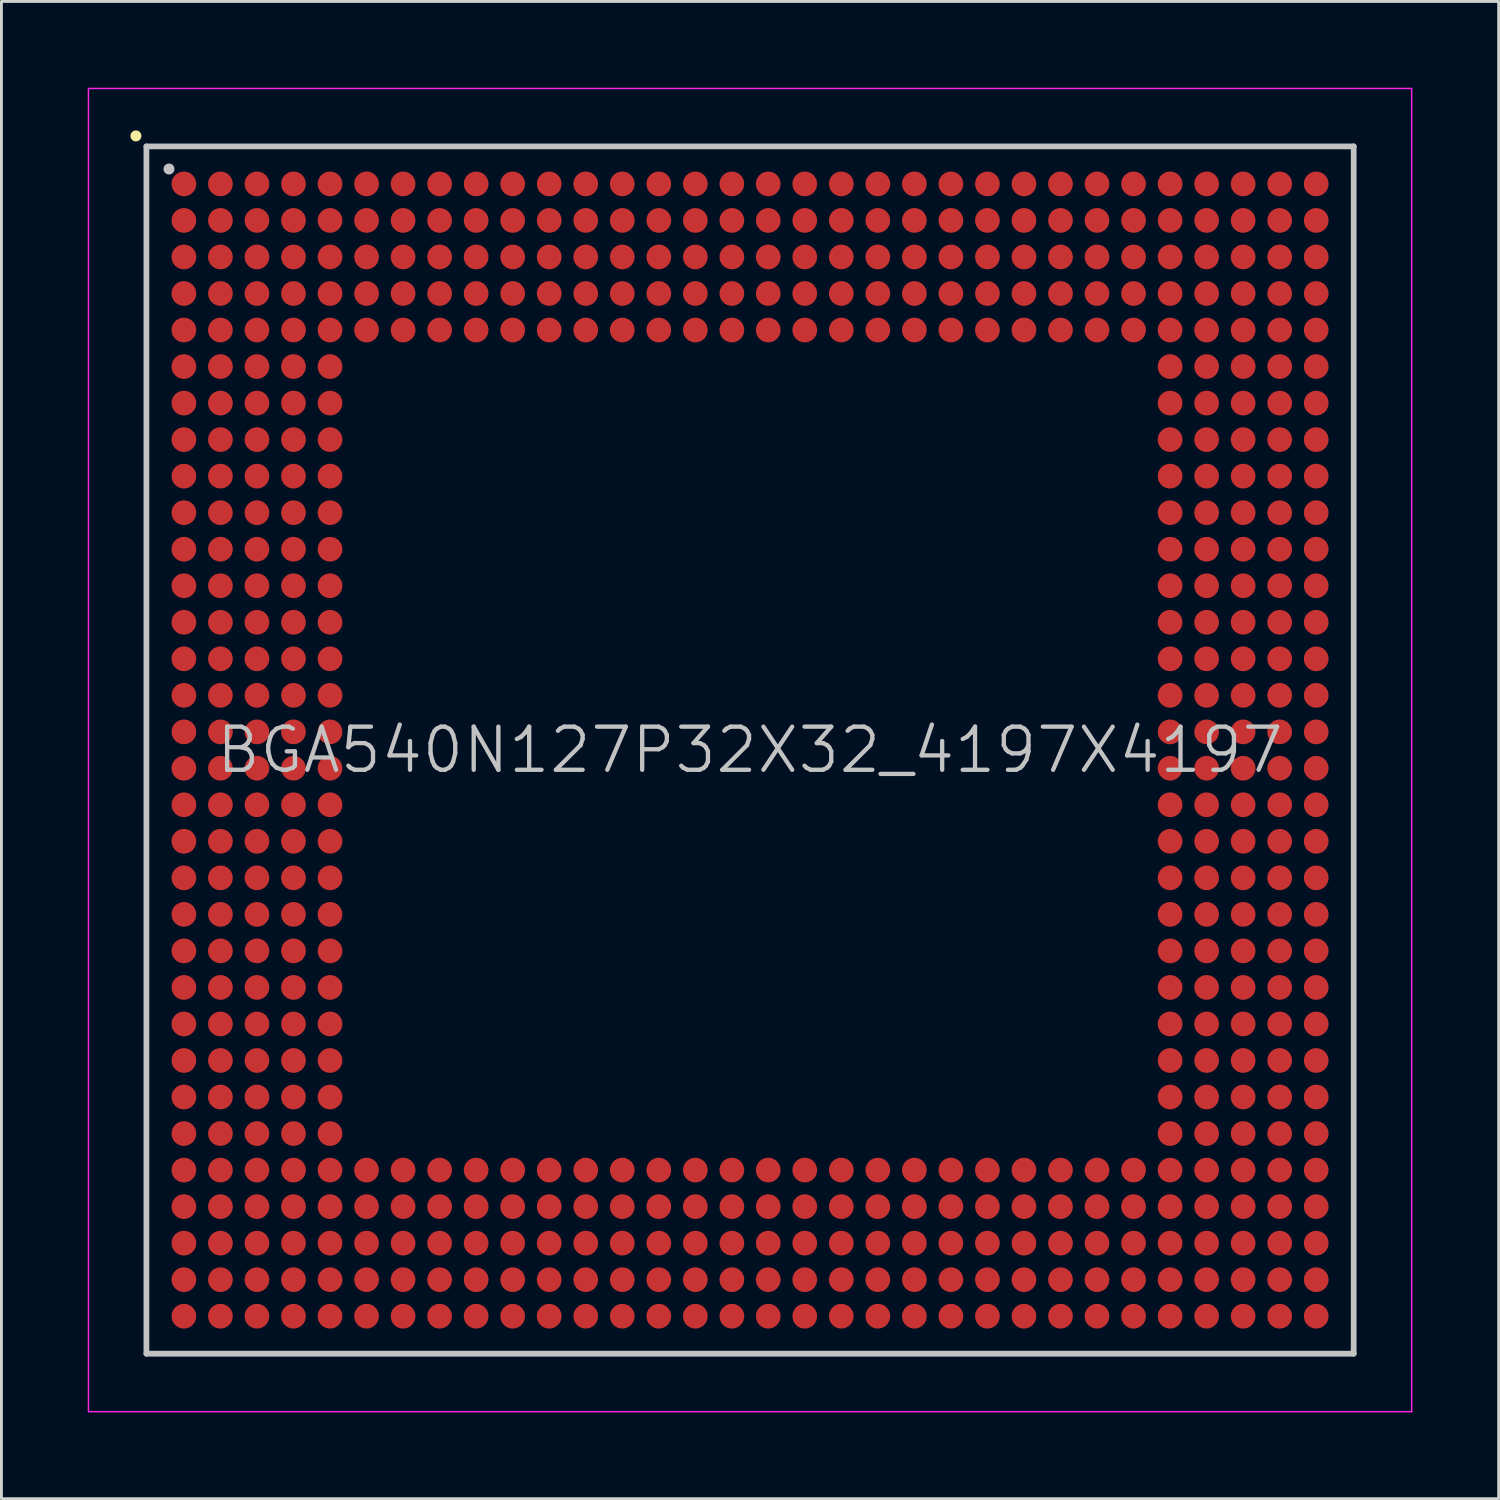
<source format=kicad_pcb>
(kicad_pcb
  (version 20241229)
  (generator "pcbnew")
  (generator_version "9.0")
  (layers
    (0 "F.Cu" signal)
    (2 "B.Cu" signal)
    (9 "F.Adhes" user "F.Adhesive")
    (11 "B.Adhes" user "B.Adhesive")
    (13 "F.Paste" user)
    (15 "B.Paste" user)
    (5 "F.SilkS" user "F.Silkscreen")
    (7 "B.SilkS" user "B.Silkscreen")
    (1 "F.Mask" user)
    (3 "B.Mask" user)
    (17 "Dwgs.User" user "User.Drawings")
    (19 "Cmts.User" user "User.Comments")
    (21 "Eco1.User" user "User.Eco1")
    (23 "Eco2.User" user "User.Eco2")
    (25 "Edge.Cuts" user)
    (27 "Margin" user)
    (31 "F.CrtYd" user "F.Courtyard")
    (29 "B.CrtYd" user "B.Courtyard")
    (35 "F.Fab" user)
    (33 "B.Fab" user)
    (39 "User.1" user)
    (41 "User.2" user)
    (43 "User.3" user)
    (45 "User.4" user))
  (footprint "BGA540N127P32X32_4197X4197"
    (layer "F.Cu")
    (at 23.025 23.025)
    (property "Reference" "BGA540N127P32X32_4197X4197" (at 0 0 0) (layer "Dwgs.User") (effects (font (size 1.5 1.5) (thickness 0.15))))
    (attr smd)
    (fp_line (start -21.35 -21.35) (end -21.35 -21.35) (stroke (width 0.381) (type solid)) (layer "F.SilkS"))
    (fp_line (start -20.985 -20.985) (end -20.985 20.985) (stroke (width 0.2) (type solid)) (layer "Dwgs.User"))
    (fp_line (start -20.985 -20.985) (end 20.985 -20.985) (stroke (width 0.2) (type solid)) (layer "Dwgs.User"))
    (fp_line (start -20.985 20.985) (end 20.985 20.985) (stroke (width 0.2) (type solid)) (layer "Dwgs.User"))
    (fp_line (start -20.2 -20.2) (end -20.2 -20.2) (stroke (width 0.381) (type solid)) (layer "Dwgs.User"))
    (fp_line (start 20.985 -20.985) (end 20.985 20.985) (stroke (width 0.2) (type solid)) (layer "Dwgs.User"))
    (fp_line (start -23 -23) (end -23 23) (stroke (width 0.05) (type solid)) (layer "F.CrtYd"))
    (fp_line (start -23 -23) (end 23 -23) (stroke (width 0.05) (type solid)) (layer "F.CrtYd"))
    (fp_line (start -23 23) (end 23 23) (stroke (width 0.05) (type solid)) (layer "F.CrtYd"))
    (fp_line (start 23 -23) (end 23 23) (stroke (width 0.05) (type solid)) (layer "F.CrtYd"))
    (pad "A1" smd circle (at -19.682 -19.682 270) (size 0.86 0.86) (layers "F.Cu" "F.Mask" "F.Paste"))
    (pad "A2" smd circle (at -18.412 -19.682 270) (size 0.86 0.86) (layers "F.Cu" "F.Mask" "F.Paste"))
    (pad "A3" smd circle (at -17.142 -19.682 270) (size 0.86 0.86) (layers "F.Cu" "F.Mask" "F.Paste"))
    (pad "A4" smd circle (at -15.872 -19.682 270) (size 0.86 0.86) (layers "F.Cu" "F.Mask" "F.Paste"))
    (pad "A5" smd circle (at -14.602 -19.682 270) (size 0.86 0.86) (layers "F.Cu" "F.Mask" "F.Paste"))
    (pad "A6" smd circle (at -13.332 -19.682 270) (size 0.86 0.86) (layers "F.Cu" "F.Mask" "F.Paste"))
    (pad "A7" smd circle (at -12.062 -19.682 270) (size 0.86 0.86) (layers "F.Cu" "F.Mask" "F.Paste"))
    (pad "A8" smd circle (at -10.792 -19.682 270) (size 0.86 0.86) (layers "F.Cu" "F.Mask" "F.Paste"))
    (pad "A9" smd circle (at -9.522 -19.682 270) (size 0.86 0.86) (layers "F.Cu" "F.Mask" "F.Paste"))
    (pad "A10" smd circle (at -8.252 -19.682 270) (size 0.86 0.86) (layers "F.Cu" "F.Mask" "F.Paste"))
    (pad "A11" smd circle (at -6.982 -19.682 270) (size 0.86 0.86) (layers "F.Cu" "F.Mask" "F.Paste"))
    (pad "A12" smd circle (at -5.712 -19.682 270) (size 0.86 0.86) (layers "F.Cu" "F.Mask" "F.Paste"))
    (pad "A13" smd circle (at -4.442 -19.682 270) (size 0.86 0.86) (layers "F.Cu" "F.Mask" "F.Paste"))
    (pad "A14" smd circle (at -3.172 -19.682 270) (size 0.86 0.86) (layers "F.Cu" "F.Mask" "F.Paste"))
    (pad "A15" smd circle (at -1.902 -19.682 270) (size 0.86 0.86) (layers "F.Cu" "F.Mask" "F.Paste"))
    (pad "A16" smd circle (at -0.632 -19.682 270) (size 0.86 0.86) (layers "F.Cu" "F.Mask" "F.Paste"))
    (pad "A17" smd circle (at 0.632 -19.682 270) (size 0.86 0.86) (layers "F.Cu" "F.Mask" "F.Paste"))
    (pad "A18" smd circle (at 1.902 -19.682 270) (size 0.86 0.86) (layers "F.Cu" "F.Mask" "F.Paste"))
    (pad "A19" smd circle (at 3.172 -19.682 270) (size 0.86 0.86) (layers "F.Cu" "F.Mask" "F.Paste"))
    (pad "A20" smd circle (at 4.442 -19.682 270) (size 0.86 0.86) (layers "F.Cu" "F.Mask" "F.Paste"))
    (pad "A21" smd circle (at 5.712 -19.682 270) (size 0.86 0.86) (layers "F.Cu" "F.Mask" "F.Paste"))
    (pad "A22" smd circle (at 6.982 -19.682 270) (size 0.86 0.86) (layers "F.Cu" "F.Mask" "F.Paste"))
    (pad "A23" smd circle (at 8.252 -19.682 270) (size 0.86 0.86) (layers "F.Cu" "F.Mask" "F.Paste"))
    (pad "A24" smd circle (at 9.522 -19.682 270) (size 0.86 0.86) (layers "F.Cu" "F.Mask" "F.Paste"))
    (pad "A25" smd circle (at 10.792 -19.682 270) (size 0.86 0.86) (layers "F.Cu" "F.Mask" "F.Paste"))
    (pad "A26" smd circle (at 12.062 -19.682 270) (size 0.86 0.86) (layers "F.Cu" "F.Mask" "F.Paste"))
    (pad "A27" smd circle (at 13.332 -19.682 270) (size 0.86 0.86) (layers "F.Cu" "F.Mask" "F.Paste"))
    (pad "A28" smd circle (at 14.602 -19.682 270) (size 0.86 0.86) (layers "F.Cu" "F.Mask" "F.Paste"))
    (pad "A29" smd circle (at 15.872 -19.682 270) (size 0.86 0.86) (layers "F.Cu" "F.Mask" "F.Paste"))
    (pad "A30" smd circle (at 17.142 -19.682 270) (size 0.86 0.86) (layers "F.Cu" "F.Mask" "F.Paste"))
    (pad "A31" smd circle (at 18.412 -19.682 270) (size 0.86 0.86) (layers "F.Cu" "F.Mask" "F.Paste"))
    (pad "A32" smd circle (at 19.682 -19.682 270) (size 0.86 0.86) (layers "F.Cu" "F.Mask" "F.Paste"))
    (pad "AA1" smd circle (at -19.682 5.712 270) (size 0.86 0.86) (layers "F.Cu" "F.Mask" "F.Paste"))
    (pad "AA2" smd circle (at -18.412 5.712 270) (size 0.86 0.86) (layers "F.Cu" "F.Mask" "F.Paste"))
    (pad "AA3" smd circle (at -17.142 5.712 270) (size 0.86 0.86) (layers "F.Cu" "F.Mask" "F.Paste"))
    (pad "AA4" smd circle (at -15.872 5.712 270) (size 0.86 0.86) (layers "F.Cu" "F.Mask" "F.Paste"))
    (pad "AA5" smd circle (at -14.602 5.712 270) (size 0.86 0.86) (layers "F.Cu" "F.Mask" "F.Paste"))
    (pad "AA28" smd circle (at 14.602 5.712 270) (size 0.86 0.86) (layers "F.Cu" "F.Mask" "F.Paste"))
    (pad "AA29" smd circle (at 15.872 5.712 270) (size 0.86 0.86) (layers "F.Cu" "F.Mask" "F.Paste"))
    (pad "AA30" smd circle (at 17.142 5.712 270) (size 0.86 0.86) (layers "F.Cu" "F.Mask" "F.Paste"))
    (pad "AA31" smd circle (at 18.412 5.712 270) (size 0.86 0.86) (layers "F.Cu" "F.Mask" "F.Paste"))
    (pad "AA32" smd circle (at 19.682 5.712 270) (size 0.86 0.86) (layers "F.Cu" "F.Mask" "F.Paste"))
    (pad "AB1" smd circle (at -19.682 6.982 270) (size 0.86 0.86) (layers "F.Cu" "F.Mask" "F.Paste"))
    (pad "AB2" smd circle (at -18.412 6.982 270) (size 0.86 0.86) (layers "F.Cu" "F.Mask" "F.Paste"))
    (pad "AB3" smd circle (at -17.142 6.982 270) (size 0.86 0.86) (layers "F.Cu" "F.Mask" "F.Paste"))
    (pad "AB4" smd circle (at -15.872 6.982 270) (size 0.86 0.86) (layers "F.Cu" "F.Mask" "F.Paste"))
    (pad "AB5" smd circle (at -14.602 6.982 270) (size 0.86 0.86) (layers "F.Cu" "F.Mask" "F.Paste"))
    (pad "AB28" smd circle (at 14.602 6.982 270) (size 0.86 0.86) (layers "F.Cu" "F.Mask" "F.Paste"))
    (pad "AB29" smd circle (at 15.872 6.982 270) (size 0.86 0.86) (layers "F.Cu" "F.Mask" "F.Paste"))
    (pad "AB30" smd circle (at 17.142 6.982 270) (size 0.86 0.86) (layers "F.Cu" "F.Mask" "F.Paste"))
    (pad "AB31" smd circle (at 18.412 6.982 270) (size 0.86 0.86) (layers "F.Cu" "F.Mask" "F.Paste"))
    (pad "AB32" smd circle (at 19.682 6.982 270) (size 0.86 0.86) (layers "F.Cu" "F.Mask" "F.Paste"))
    (pad "AC1" smd circle (at -19.682 8.252 270) (size 0.86 0.86) (layers "F.Cu" "F.Mask" "F.Paste"))
    (pad "AC2" smd circle (at -18.412 8.252 270) (size 0.86 0.86) (layers "F.Cu" "F.Mask" "F.Paste"))
    (pad "AC3" smd circle (at -17.142 8.252 270) (size 0.86 0.86) (layers "F.Cu" "F.Mask" "F.Paste"))
    (pad "AC4" smd circle (at -15.872 8.252 270) (size 0.86 0.86) (layers "F.Cu" "F.Mask" "F.Paste"))
    (pad "AC5" smd circle (at -14.602 8.252 270) (size 0.86 0.86) (layers "F.Cu" "F.Mask" "F.Paste"))
    (pad "AC28" smd circle (at 14.602 8.252 270) (size 0.86 0.86) (layers "F.Cu" "F.Mask" "F.Paste"))
    (pad "AC29" smd circle (at 15.872 8.252 270) (size 0.86 0.86) (layers "F.Cu" "F.Mask" "F.Paste"))
    (pad "AC30" smd circle (at 17.142 8.252 270) (size 0.86 0.86) (layers "F.Cu" "F.Mask" "F.Paste"))
    (pad "AC31" smd circle (at 18.412 8.252 270) (size 0.86 0.86) (layers "F.Cu" "F.Mask" "F.Paste"))
    (pad "AC32" smd circle (at 19.682 8.252 270) (size 0.86 0.86) (layers "F.Cu" "F.Mask" "F.Paste"))
    (pad "AD1" smd circle (at -19.682 9.522 270) (size 0.86 0.86) (layers "F.Cu" "F.Mask" "F.Paste"))
    (pad "AD2" smd circle (at -18.412 9.522 270) (size 0.86 0.86) (layers "F.Cu" "F.Mask" "F.Paste"))
    (pad "AD3" smd circle (at -17.142 9.522 270) (size 0.86 0.86) (layers "F.Cu" "F.Mask" "F.Paste"))
    (pad "AD4" smd circle (at -15.872 9.522 270) (size 0.86 0.86) (layers "F.Cu" "F.Mask" "F.Paste"))
    (pad "AD5" smd circle (at -14.602 9.522 270) (size 0.86 0.86) (layers "F.Cu" "F.Mask" "F.Paste"))
    (pad "AD28" smd circle (at 14.602 9.522 270) (size 0.86 0.86) (layers "F.Cu" "F.Mask" "F.Paste"))
    (pad "AD29" smd circle (at 15.872 9.522 270) (size 0.86 0.86) (layers "F.Cu" "F.Mask" "F.Paste"))
    (pad "AD30" smd circle (at 17.142 9.522 270) (size 0.86 0.86) (layers "F.Cu" "F.Mask" "F.Paste"))
    (pad "AD31" smd circle (at 18.412 9.522 270) (size 0.86 0.86) (layers "F.Cu" "F.Mask" "F.Paste"))
    (pad "AD32" smd circle (at 19.682 9.522 270) (size 0.86 0.86) (layers "F.Cu" "F.Mask" "F.Paste"))
    (pad "AE1" smd circle (at -19.682 10.792 270) (size 0.86 0.86) (layers "F.Cu" "F.Mask" "F.Paste"))
    (pad "AE2" smd circle (at -18.412 10.792 270) (size 0.86 0.86) (layers "F.Cu" "F.Mask" "F.Paste"))
    (pad "AE3" smd circle (at -17.142 10.792 270) (size 0.86 0.86) (layers "F.Cu" "F.Mask" "F.Paste"))
    (pad "AE4" smd circle (at -15.872 10.792 270) (size 0.86 0.86) (layers "F.Cu" "F.Mask" "F.Paste"))
    (pad "AE5" smd circle (at -14.602 10.792 270) (size 0.86 0.86) (layers "F.Cu" "F.Mask" "F.Paste"))
    (pad "AE28" smd circle (at 14.602 10.792 270) (size 0.86 0.86) (layers "F.Cu" "F.Mask" "F.Paste"))
    (pad "AE29" smd circle (at 15.872 10.792 270) (size 0.86 0.86) (layers "F.Cu" "F.Mask" "F.Paste"))
    (pad "AE30" smd circle (at 17.142 10.792 270) (size 0.86 0.86) (layers "F.Cu" "F.Mask" "F.Paste"))
    (pad "AE31" smd circle (at 18.412 10.792 270) (size 0.86 0.86) (layers "F.Cu" "F.Mask" "F.Paste"))
    (pad "AE32" smd circle (at 19.682 10.792 270) (size 0.86 0.86) (layers "F.Cu" "F.Mask" "F.Paste"))
    (pad "AF1" smd circle (at -19.682 12.062 270) (size 0.86 0.86) (layers "F.Cu" "F.Mask" "F.Paste"))
    (pad "AF2" smd circle (at -18.412 12.062 270) (size 0.86 0.86) (layers "F.Cu" "F.Mask" "F.Paste"))
    (pad "AF3" smd circle (at -17.142 12.062 270) (size 0.86 0.86) (layers "F.Cu" "F.Mask" "F.Paste"))
    (pad "AF4" smd circle (at -15.872 12.062 270) (size 0.86 0.86) (layers "F.Cu" "F.Mask" "F.Paste"))
    (pad "AF5" smd circle (at -14.602 12.062 270) (size 0.86 0.86) (layers "F.Cu" "F.Mask" "F.Paste"))
    (pad "AF28" smd circle (at 14.602 12.062 270) (size 0.86 0.86) (layers "F.Cu" "F.Mask" "F.Paste"))
    (pad "AF29" smd circle (at 15.872 12.062 270) (size 0.86 0.86) (layers "F.Cu" "F.Mask" "F.Paste"))
    (pad "AF30" smd circle (at 17.142 12.062 270) (size 0.86 0.86) (layers "F.Cu" "F.Mask" "F.Paste"))
    (pad "AF31" smd circle (at 18.412 12.062 270) (size 0.86 0.86) (layers "F.Cu" "F.Mask" "F.Paste"))
    (pad "AF32" smd circle (at 19.682 12.062 270) (size 0.86 0.86) (layers "F.Cu" "F.Mask" "F.Paste"))
    (pad "AG1" smd circle (at -19.682 13.332 270) (size 0.86 0.86) (layers "F.Cu" "F.Mask" "F.Paste"))
    (pad "AG2" smd circle (at -18.412 13.332 270) (size 0.86 0.86) (layers "F.Cu" "F.Mask" "F.Paste"))
    (pad "AG3" smd circle (at -17.142 13.332 270) (size 0.86 0.86) (layers "F.Cu" "F.Mask" "F.Paste"))
    (pad "AG4" smd circle (at -15.872 13.332 270) (size 0.86 0.86) (layers "F.Cu" "F.Mask" "F.Paste"))
    (pad "AG5" smd circle (at -14.602 13.332 270) (size 0.86 0.86) (layers "F.Cu" "F.Mask" "F.Paste"))
    (pad "AG28" smd circle (at 14.602 13.332 270) (size 0.86 0.86) (layers "F.Cu" "F.Mask" "F.Paste"))
    (pad "AG29" smd circle (at 15.872 13.332 270) (size 0.86 0.86) (layers "F.Cu" "F.Mask" "F.Paste"))
    (pad "AG30" smd circle (at 17.142 13.332 270) (size 0.86 0.86) (layers "F.Cu" "F.Mask" "F.Paste"))
    (pad "AG31" smd circle (at 18.412 13.332 270) (size 0.86 0.86) (layers "F.Cu" "F.Mask" "F.Paste"))
    (pad "AG32" smd circle (at 19.682 13.332 270) (size 0.86 0.86) (layers "F.Cu" "F.Mask" "F.Paste"))
    (pad "AH1" smd circle (at -19.682 14.602 270) (size 0.86 0.86) (layers "F.Cu" "F.Mask" "F.Paste"))
    (pad "AH2" smd circle (at -18.412 14.602 270) (size 0.86 0.86) (layers "F.Cu" "F.Mask" "F.Paste"))
    (pad "AH3" smd circle (at -17.142 14.602 270) (size 0.86 0.86) (layers "F.Cu" "F.Mask" "F.Paste"))
    (pad "AH4" smd circle (at -15.872 14.602 270) (size 0.86 0.86) (layers "F.Cu" "F.Mask" "F.Paste"))
    (pad "AH5" smd circle (at -14.602 14.602 270) (size 0.86 0.86) (layers "F.Cu" "F.Mask" "F.Paste"))
    (pad "AH6" smd circle (at -13.332 14.602 270) (size 0.86 0.86) (layers "F.Cu" "F.Mask" "F.Paste"))
    (pad "AH7" smd circle (at -12.062 14.602 270) (size 0.86 0.86) (layers "F.Cu" "F.Mask" "F.Paste"))
    (pad "AH8" smd circle (at -10.792 14.602 270) (size 0.86 0.86) (layers "F.Cu" "F.Mask" "F.Paste"))
    (pad "AH9" smd circle (at -9.522 14.602 270) (size 0.86 0.86) (layers "F.Cu" "F.Mask" "F.Paste"))
    (pad "AH10" smd circle (at -8.252 14.602 270) (size 0.86 0.86) (layers "F.Cu" "F.Mask" "F.Paste"))
    (pad "AH11" smd circle (at -6.982 14.602 270) (size 0.86 0.86) (layers "F.Cu" "F.Mask" "F.Paste"))
    (pad "AH12" smd circle (at -5.712 14.602 270) (size 0.86 0.86) (layers "F.Cu" "F.Mask" "F.Paste"))
    (pad "AH13" smd circle (at -4.442 14.602 270) (size 0.86 0.86) (layers "F.Cu" "F.Mask" "F.Paste"))
    (pad "AH14" smd circle (at -3.172 14.602 270) (size 0.86 0.86) (layers "F.Cu" "F.Mask" "F.Paste"))
    (pad "AH15" smd circle (at -1.902 14.602 270) (size 0.86 0.86) (layers "F.Cu" "F.Mask" "F.Paste"))
    (pad "AH16" smd circle (at -0.632 14.602 270) (size 0.86 0.86) (layers "F.Cu" "F.Mask" "F.Paste"))
    (pad "AH17" smd circle (at 0.632 14.602 270) (size 0.86 0.86) (layers "F.Cu" "F.Mask" "F.Paste"))
    (pad "AH18" smd circle (at 1.902 14.602 270) (size 0.86 0.86) (layers "F.Cu" "F.Mask" "F.Paste"))
    (pad "AH19" smd circle (at 3.172 14.602 270) (size 0.86 0.86) (layers "F.Cu" "F.Mask" "F.Paste"))
    (pad "AH20" smd circle (at 4.442 14.602 270) (size 0.86 0.86) (layers "F.Cu" "F.Mask" "F.Paste"))
    (pad "AH21" smd circle (at 5.712 14.602 270) (size 0.86 0.86) (layers "F.Cu" "F.Mask" "F.Paste"))
    (pad "AH22" smd circle (at 6.982 14.602 270) (size 0.86 0.86) (layers "F.Cu" "F.Mask" "F.Paste"))
    (pad "AH23" smd circle (at 8.252 14.602 270) (size 0.86 0.86) (layers "F.Cu" "F.Mask" "F.Paste"))
    (pad "AH24" smd circle (at 9.522 14.602 270) (size 0.86 0.86) (layers "F.Cu" "F.Mask" "F.Paste"))
    (pad "AH25" smd circle (at 10.792 14.602 270) (size 0.86 0.86) (layers "F.Cu" "F.Mask" "F.Paste"))
    (pad "AH26" smd circle (at 12.062 14.602 270) (size 0.86 0.86) (layers "F.Cu" "F.Mask" "F.Paste"))
    (pad "AH27" smd circle (at 13.332 14.602 270) (size 0.86 0.86) (layers "F.Cu" "F.Mask" "F.Paste"))
    (pad "AH28" smd circle (at 14.602 14.602 270) (size 0.86 0.86) (layers "F.Cu" "F.Mask" "F.Paste"))
    (pad "AH29" smd circle (at 15.872 14.602 270) (size 0.86 0.86) (layers "F.Cu" "F.Mask" "F.Paste"))
    (pad "AH30" smd circle (at 17.142 14.602 270) (size 0.86 0.86) (layers "F.Cu" "F.Mask" "F.Paste"))
    (pad "AH31" smd circle (at 18.412 14.602 270) (size 0.86 0.86) (layers "F.Cu" "F.Mask" "F.Paste"))
    (pad "AH32" smd circle (at 19.682 14.602 270) (size 0.86 0.86) (layers "F.Cu" "F.Mask" "F.Paste"))
    (pad "AJ1" smd circle (at -19.682 15.872 270) (size 0.86 0.86) (layers "F.Cu" "F.Mask" "F.Paste"))
    (pad "AJ2" smd circle (at -18.412 15.872 270) (size 0.86 0.86) (layers "F.Cu" "F.Mask" "F.Paste"))
    (pad "AJ3" smd circle (at -17.142 15.872 270) (size 0.86 0.86) (layers "F.Cu" "F.Mask" "F.Paste"))
    (pad "AJ4" smd circle (at -15.872 15.872 270) (size 0.86 0.86) (layers "F.Cu" "F.Mask" "F.Paste"))
    (pad "AJ5" smd circle (at -14.602 15.872 270) (size 0.86 0.86) (layers "F.Cu" "F.Mask" "F.Paste"))
    (pad "AJ6" smd circle (at -13.332 15.872 270) (size 0.86 0.86) (layers "F.Cu" "F.Mask" "F.Paste"))
    (pad "AJ7" smd circle (at -12.062 15.872 270) (size 0.86 0.86) (layers "F.Cu" "F.Mask" "F.Paste"))
    (pad "AJ8" smd circle (at -10.792 15.872 270) (size 0.86 0.86) (layers "F.Cu" "F.Mask" "F.Paste"))
    (pad "AJ9" smd circle (at -9.522 15.872 270) (size 0.86 0.86) (layers "F.Cu" "F.Mask" "F.Paste"))
    (pad "AJ10" smd circle (at -8.252 15.872 270) (size 0.86 0.86) (layers "F.Cu" "F.Mask" "F.Paste"))
    (pad "AJ11" smd circle (at -6.982 15.872 270) (size 0.86 0.86) (layers "F.Cu" "F.Mask" "F.Paste"))
    (pad "AJ12" smd circle (at -5.712 15.872 270) (size 0.86 0.86) (layers "F.Cu" "F.Mask" "F.Paste"))
    (pad "AJ13" smd circle (at -4.442 15.872 270) (size 0.86 0.86) (layers "F.Cu" "F.Mask" "F.Paste"))
    (pad "AJ14" smd circle (at -3.172 15.872 270) (size 0.86 0.86) (layers "F.Cu" "F.Mask" "F.Paste"))
    (pad "AJ15" smd circle (at -1.902 15.872 270) (size 0.86 0.86) (layers "F.Cu" "F.Mask" "F.Paste"))
    (pad "AJ16" smd circle (at -0.632 15.872 270) (size 0.86 0.86) (layers "F.Cu" "F.Mask" "F.Paste"))
    (pad "AJ17" smd circle (at 0.632 15.872 270) (size 0.86 0.86) (layers "F.Cu" "F.Mask" "F.Paste"))
    (pad "AJ18" smd circle (at 1.902 15.872 270) (size 0.86 0.86) (layers "F.Cu" "F.Mask" "F.Paste"))
    (pad "AJ19" smd circle (at 3.172 15.872 270) (size 0.86 0.86) (layers "F.Cu" "F.Mask" "F.Paste"))
    (pad "AJ20" smd circle (at 4.442 15.872 270) (size 0.86 0.86) (layers "F.Cu" "F.Mask" "F.Paste"))
    (pad "AJ21" smd circle (at 5.712 15.872 270) (size 0.86 0.86) (layers "F.Cu" "F.Mask" "F.Paste"))
    (pad "AJ22" smd circle (at 6.982 15.872 270) (size 0.86 0.86) (layers "F.Cu" "F.Mask" "F.Paste"))
    (pad "AJ23" smd circle (at 8.252 15.872 270) (size 0.86 0.86) (layers "F.Cu" "F.Mask" "F.Paste"))
    (pad "AJ24" smd circle (at 9.522 15.872 270) (size 0.86 0.86) (layers "F.Cu" "F.Mask" "F.Paste"))
    (pad "AJ25" smd circle (at 10.792 15.872 270) (size 0.86 0.86) (layers "F.Cu" "F.Mask" "F.Paste"))
    (pad "AJ26" smd circle (at 12.062 15.872 270) (size 0.86 0.86) (layers "F.Cu" "F.Mask" "F.Paste"))
    (pad "AJ27" smd circle (at 13.332 15.872 270) (size 0.86 0.86) (layers "F.Cu" "F.Mask" "F.Paste"))
    (pad "AJ28" smd circle (at 14.602 15.872 270) (size 0.86 0.86) (layers "F.Cu" "F.Mask" "F.Paste"))
    (pad "AJ29" smd circle (at 15.872 15.872 270) (size 0.86 0.86) (layers "F.Cu" "F.Mask" "F.Paste"))
    (pad "AJ30" smd circle (at 17.142 15.872 270) (size 0.86 0.86) (layers "F.Cu" "F.Mask" "F.Paste"))
    (pad "AJ31" smd circle (at 18.412 15.872 270) (size 0.86 0.86) (layers "F.Cu" "F.Mask" "F.Paste"))
    (pad "AJ32" smd circle (at 19.682 15.872 270) (size 0.86 0.86) (layers "F.Cu" "F.Mask" "F.Paste"))
    (pad "AK1" smd circle (at -19.682 17.142 270) (size 0.86 0.86) (layers "F.Cu" "F.Mask" "F.Paste"))
    (pad "AK2" smd circle (at -18.412 17.142 270) (size 0.86 0.86) (layers "F.Cu" "F.Mask" "F.Paste"))
    (pad "AK3" smd circle (at -17.142 17.142 270) (size 0.86 0.86) (layers "F.Cu" "F.Mask" "F.Paste"))
    (pad "AK4" smd circle (at -15.872 17.142 270) (size 0.86 0.86) (layers "F.Cu" "F.Mask" "F.Paste"))
    (pad "AK5" smd circle (at -14.602 17.142 270) (size 0.86 0.86) (layers "F.Cu" "F.Mask" "F.Paste"))
    (pad "AK6" smd circle (at -13.332 17.142 270) (size 0.86 0.86) (layers "F.Cu" "F.Mask" "F.Paste"))
    (pad "AK7" smd circle (at -12.062 17.142 270) (size 0.86 0.86) (layers "F.Cu" "F.Mask" "F.Paste"))
    (pad "AK8" smd circle (at -10.792 17.142 270) (size 0.86 0.86) (layers "F.Cu" "F.Mask" "F.Paste"))
    (pad "AK9" smd circle (at -9.522 17.142 270) (size 0.86 0.86) (layers "F.Cu" "F.Mask" "F.Paste"))
    (pad "AK10" smd circle (at -8.252 17.142 270) (size 0.86 0.86) (layers "F.Cu" "F.Mask" "F.Paste"))
    (pad "AK11" smd circle (at -6.982 17.142 270) (size 0.86 0.86) (layers "F.Cu" "F.Mask" "F.Paste"))
    (pad "AK12" smd circle (at -5.712 17.142 270) (size 0.86 0.86) (layers "F.Cu" "F.Mask" "F.Paste"))
    (pad "AK13" smd circle (at -4.442 17.142 270) (size 0.86 0.86) (layers "F.Cu" "F.Mask" "F.Paste"))
    (pad "AK14" smd circle (at -3.172 17.142 270) (size 0.86 0.86) (layers "F.Cu" "F.Mask" "F.Paste"))
    (pad "AK15" smd circle (at -1.902 17.142 270) (size 0.86 0.86) (layers "F.Cu" "F.Mask" "F.Paste"))
    (pad "AK16" smd circle (at -0.632 17.142 270) (size 0.86 0.86) (layers "F.Cu" "F.Mask" "F.Paste"))
    (pad "AK17" smd circle (at 0.632 17.142 270) (size 0.86 0.86) (layers "F.Cu" "F.Mask" "F.Paste"))
    (pad "AK18" smd circle (at 1.902 17.142 270) (size 0.86 0.86) (layers "F.Cu" "F.Mask" "F.Paste"))
    (pad "AK19" smd circle (at 3.172 17.142 270) (size 0.86 0.86) (layers "F.Cu" "F.Mask" "F.Paste"))
    (pad "AK20" smd circle (at 4.442 17.142 270) (size 0.86 0.86) (layers "F.Cu" "F.Mask" "F.Paste"))
    (pad "AK21" smd circle (at 5.712 17.142 270) (size 0.86 0.86) (layers "F.Cu" "F.Mask" "F.Paste"))
    (pad "AK22" smd circle (at 6.982 17.142 270) (size 0.86 0.86) (layers "F.Cu" "F.Mask" "F.Paste"))
    (pad "AK23" smd circle (at 8.252 17.142 270) (size 0.86 0.86) (layers "F.Cu" "F.Mask" "F.Paste"))
    (pad "AK24" smd circle (at 9.522 17.142 270) (size 0.86 0.86) (layers "F.Cu" "F.Mask" "F.Paste"))
    (pad "AK25" smd circle (at 10.792 17.142 270) (size 0.86 0.86) (layers "F.Cu" "F.Mask" "F.Paste"))
    (pad "AK26" smd circle (at 12.062 17.142 270) (size 0.86 0.86) (layers "F.Cu" "F.Mask" "F.Paste"))
    (pad "AK27" smd circle (at 13.332 17.142 270) (size 0.86 0.86) (layers "F.Cu" "F.Mask" "F.Paste"))
    (pad "AK28" smd circle (at 14.602 17.142 270) (size 0.86 0.86) (layers "F.Cu" "F.Mask" "F.Paste"))
    (pad "AK29" smd circle (at 15.872 17.142 270) (size 0.86 0.86) (layers "F.Cu" "F.Mask" "F.Paste"))
    (pad "AK30" smd circle (at 17.142 17.142 270) (size 0.86 0.86) (layers "F.Cu" "F.Mask" "F.Paste"))
    (pad "AK31" smd circle (at 18.412 17.142 270) (size 0.86 0.86) (layers "F.Cu" "F.Mask" "F.Paste"))
    (pad "AK32" smd circle (at 19.682 17.142 270) (size 0.86 0.86) (layers "F.Cu" "F.Mask" "F.Paste"))
    (pad "AL1" smd circle (at -19.682 18.412 270) (size 0.86 0.86) (layers "F.Cu" "F.Mask" "F.Paste"))
    (pad "AL2" smd circle (at -18.412 18.412 270) (size 0.86 0.86) (layers "F.Cu" "F.Mask" "F.Paste"))
    (pad "AL3" smd circle (at -17.142 18.412 270) (size 0.86 0.86) (layers "F.Cu" "F.Mask" "F.Paste"))
    (pad "AL4" smd circle (at -15.872 18.412 270) (size 0.86 0.86) (layers "F.Cu" "F.Mask" "F.Paste"))
    (pad "AL5" smd circle (at -14.602 18.412 270) (size 0.86 0.86) (layers "F.Cu" "F.Mask" "F.Paste"))
    (pad "AL6" smd circle (at -13.332 18.412 270) (size 0.86 0.86) (layers "F.Cu" "F.Mask" "F.Paste"))
    (pad "AL7" smd circle (at -12.062 18.412 270) (size 0.86 0.86) (layers "F.Cu" "F.Mask" "F.Paste"))
    (pad "AL8" smd circle (at -10.792 18.412 270) (size 0.86 0.86) (layers "F.Cu" "F.Mask" "F.Paste"))
    (pad "AL9" smd circle (at -9.522 18.412 270) (size 0.86 0.86) (layers "F.Cu" "F.Mask" "F.Paste"))
    (pad "AL10" smd circle (at -8.252 18.412 270) (size 0.86 0.86) (layers "F.Cu" "F.Mask" "F.Paste"))
    (pad "AL11" smd circle (at -6.982 18.412 270) (size 0.86 0.86) (layers "F.Cu" "F.Mask" "F.Paste"))
    (pad "AL12" smd circle (at -5.712 18.412 270) (size 0.86 0.86) (layers "F.Cu" "F.Mask" "F.Paste"))
    (pad "AL13" smd circle (at -4.442 18.412 270) (size 0.86 0.86) (layers "F.Cu" "F.Mask" "F.Paste"))
    (pad "AL14" smd circle (at -3.172 18.412 270) (size 0.86 0.86) (layers "F.Cu" "F.Mask" "F.Paste"))
    (pad "AL15" smd circle (at -1.902 18.412 270) (size 0.86 0.86) (layers "F.Cu" "F.Mask" "F.Paste"))
    (pad "AL16" smd circle (at -0.632 18.412 270) (size 0.86 0.86) (layers "F.Cu" "F.Mask" "F.Paste"))
    (pad "AL17" smd circle (at 0.632 18.412 270) (size 0.86 0.86) (layers "F.Cu" "F.Mask" "F.Paste"))
    (pad "AL18" smd circle (at 1.902 18.412 270) (size 0.86 0.86) (layers "F.Cu" "F.Mask" "F.Paste"))
    (pad "AL19" smd circle (at 3.172 18.412 270) (size 0.86 0.86) (layers "F.Cu" "F.Mask" "F.Paste"))
    (pad "AL20" smd circle (at 4.442 18.412 270) (size 0.86 0.86) (layers "F.Cu" "F.Mask" "F.Paste"))
    (pad "AL21" smd circle (at 5.712 18.412 270) (size 0.86 0.86) (layers "F.Cu" "F.Mask" "F.Paste"))
    (pad "AL22" smd circle (at 6.982 18.412 270) (size 0.86 0.86) (layers "F.Cu" "F.Mask" "F.Paste"))
    (pad "AL23" smd circle (at 8.252 18.412 270) (size 0.86 0.86) (layers "F.Cu" "F.Mask" "F.Paste"))
    (pad "AL24" smd circle (at 9.522 18.412 270) (size 0.86 0.86) (layers "F.Cu" "F.Mask" "F.Paste"))
    (pad "AL25" smd circle (at 10.792 18.412 270) (size 0.86 0.86) (layers "F.Cu" "F.Mask" "F.Paste"))
    (pad "AL26" smd circle (at 12.062 18.412 270) (size 0.86 0.86) (layers "F.Cu" "F.Mask" "F.Paste"))
    (pad "AL27" smd circle (at 13.332 18.412 270) (size 0.86 0.86) (layers "F.Cu" "F.Mask" "F.Paste"))
    (pad "AL28" smd circle (at 14.602 18.412 270) (size 0.86 0.86) (layers "F.Cu" "F.Mask" "F.Paste"))
    (pad "AL29" smd circle (at 15.872 18.412 270) (size 0.86 0.86) (layers "F.Cu" "F.Mask" "F.Paste"))
    (pad "AL30" smd circle (at 17.142 18.412 270) (size 0.86 0.86) (layers "F.Cu" "F.Mask" "F.Paste"))
    (pad "AL31" smd circle (at 18.412 18.412 270) (size 0.86 0.86) (layers "F.Cu" "F.Mask" "F.Paste"))
    (pad "AL32" smd circle (at 19.682 18.412 270) (size 0.86 0.86) (layers "F.Cu" "F.Mask" "F.Paste"))
    (pad "AM1" smd circle (at -19.682 19.682 270) (size 0.86 0.86) (layers "F.Cu" "F.Mask" "F.Paste"))
    (pad "AM2" smd circle (at -18.412 19.682 270) (size 0.86 0.86) (layers "F.Cu" "F.Mask" "F.Paste"))
    (pad "AM3" smd circle (at -17.142 19.682 270) (size 0.86 0.86) (layers "F.Cu" "F.Mask" "F.Paste"))
    (pad "AM4" smd circle (at -15.872 19.682 270) (size 0.86 0.86) (layers "F.Cu" "F.Mask" "F.Paste"))
    (pad "AM5" smd circle (at -14.602 19.682 270) (size 0.86 0.86) (layers "F.Cu" "F.Mask" "F.Paste"))
    (pad "AM6" smd circle (at -13.332 19.682 270) (size 0.86 0.86) (layers "F.Cu" "F.Mask" "F.Paste"))
    (pad "AM7" smd circle (at -12.062 19.682 270) (size 0.86 0.86) (layers "F.Cu" "F.Mask" "F.Paste"))
    (pad "AM8" smd circle (at -10.792 19.682 270) (size 0.86 0.86) (layers "F.Cu" "F.Mask" "F.Paste"))
    (pad "AM9" smd circle (at -9.522 19.682 270) (size 0.86 0.86) (layers "F.Cu" "F.Mask" "F.Paste"))
    (pad "AM10" smd circle (at -8.252 19.682 270) (size 0.86 0.86) (layers "F.Cu" "F.Mask" "F.Paste"))
    (pad "AM11" smd circle (at -6.982 19.682 270) (size 0.86 0.86) (layers "F.Cu" "F.Mask" "F.Paste"))
    (pad "AM12" smd circle (at -5.712 19.682 270) (size 0.86 0.86) (layers "F.Cu" "F.Mask" "F.Paste"))
    (pad "AM13" smd circle (at -4.442 19.682 270) (size 0.86 0.86) (layers "F.Cu" "F.Mask" "F.Paste"))
    (pad "AM14" smd circle (at -3.172 19.682 270) (size 0.86 0.86) (layers "F.Cu" "F.Mask" "F.Paste"))
    (pad "AM15" smd circle (at -1.902 19.682 270) (size 0.86 0.86) (layers "F.Cu" "F.Mask" "F.Paste"))
    (pad "AM16" smd circle (at -0.632 19.682 270) (size 0.86 0.86) (layers "F.Cu" "F.Mask" "F.Paste"))
    (pad "AM17" smd circle (at 0.632 19.682 270) (size 0.86 0.86) (layers "F.Cu" "F.Mask" "F.Paste"))
    (pad "AM18" smd circle (at 1.902 19.682 270) (size 0.86 0.86) (layers "F.Cu" "F.Mask" "F.Paste"))
    (pad "AM19" smd circle (at 3.172 19.682 270) (size 0.86 0.86) (layers "F.Cu" "F.Mask" "F.Paste"))
    (pad "AM20" smd circle (at 4.442 19.682 270) (size 0.86 0.86) (layers "F.Cu" "F.Mask" "F.Paste"))
    (pad "AM21" smd circle (at 5.712 19.682 270) (size 0.86 0.86) (layers "F.Cu" "F.Mask" "F.Paste"))
    (pad "AM22" smd circle (at 6.982 19.682 270) (size 0.86 0.86) (layers "F.Cu" "F.Mask" "F.Paste"))
    (pad "AM23" smd circle (at 8.252 19.682 270) (size 0.86 0.86) (layers "F.Cu" "F.Mask" "F.Paste"))
    (pad "AM24" smd circle (at 9.522 19.682 270) (size 0.86 0.86) (layers "F.Cu" "F.Mask" "F.Paste"))
    (pad "AM25" smd circle (at 10.792 19.682 270) (size 0.86 0.86) (layers "F.Cu" "F.Mask" "F.Paste"))
    (pad "AM26" smd circle (at 12.062 19.682 270) (size 0.86 0.86) (layers "F.Cu" "F.Mask" "F.Paste"))
    (pad "AM27" smd circle (at 13.332 19.682 270) (size 0.86 0.86) (layers "F.Cu" "F.Mask" "F.Paste"))
    (pad "AM28" smd circle (at 14.602 19.682 270) (size 0.86 0.86) (layers "F.Cu" "F.Mask" "F.Paste"))
    (pad "AM29" smd circle (at 15.872 19.682 270) (size 0.86 0.86) (layers "F.Cu" "F.Mask" "F.Paste"))
    (pad "AM30" smd circle (at 17.142 19.682 270) (size 0.86 0.86) (layers "F.Cu" "F.Mask" "F.Paste"))
    (pad "AM31" smd circle (at 18.412 19.682 270) (size 0.86 0.86) (layers "F.Cu" "F.Mask" "F.Paste"))
    (pad "AM32" smd circle (at 19.682 19.682 270) (size 0.86 0.86) (layers "F.Cu" "F.Mask" "F.Paste"))
    (pad "B1" smd circle (at -19.682 -18.412 270) (size 0.86 0.86) (layers "F.Cu" "F.Mask" "F.Paste"))
    (pad "B2" smd circle (at -18.412 -18.412 270) (size 0.86 0.86) (layers "F.Cu" "F.Mask" "F.Paste"))
    (pad "B3" smd circle (at -17.142 -18.412 270) (size 0.86 0.86) (layers "F.Cu" "F.Mask" "F.Paste"))
    (pad "B4" smd circle (at -15.872 -18.412 270) (size 0.86 0.86) (layers "F.Cu" "F.Mask" "F.Paste"))
    (pad "B5" smd circle (at -14.602 -18.412 270) (size 0.86 0.86) (layers "F.Cu" "F.Mask" "F.Paste"))
    (pad "B6" smd circle (at -13.332 -18.412 270) (size 0.86 0.86) (layers "F.Cu" "F.Mask" "F.Paste"))
    (pad "B7" smd circle (at -12.062 -18.412 270) (size 0.86 0.86) (layers "F.Cu" "F.Mask" "F.Paste"))
    (pad "B8" smd circle (at -10.792 -18.412 270) (size 0.86 0.86) (layers "F.Cu" "F.Mask" "F.Paste"))
    (pad "B9" smd circle (at -9.522 -18.412 270) (size 0.86 0.86) (layers "F.Cu" "F.Mask" "F.Paste"))
    (pad "B10" smd circle (at -8.252 -18.412 270) (size 0.86 0.86) (layers "F.Cu" "F.Mask" "F.Paste"))
    (pad "B11" smd circle (at -6.982 -18.412 270) (size 0.86 0.86) (layers "F.Cu" "F.Mask" "F.Paste"))
    (pad "B12" smd circle (at -5.712 -18.412 270) (size 0.86 0.86) (layers "F.Cu" "F.Mask" "F.Paste"))
    (pad "B13" smd circle (at -4.442 -18.412 270) (size 0.86 0.86) (layers "F.Cu" "F.Mask" "F.Paste"))
    (pad "B14" smd circle (at -3.172 -18.412 270) (size 0.86 0.86) (layers "F.Cu" "F.Mask" "F.Paste"))
    (pad "B15" smd circle (at -1.902 -18.412 270) (size 0.86 0.86) (layers "F.Cu" "F.Mask" "F.Paste"))
    (pad "B16" smd circle (at -0.632 -18.412 270) (size 0.86 0.86) (layers "F.Cu" "F.Mask" "F.Paste"))
    (pad "B17" smd circle (at 0.632 -18.412 270) (size 0.86 0.86) (layers "F.Cu" "F.Mask" "F.Paste"))
    (pad "B18" smd circle (at 1.902 -18.412 270) (size 0.86 0.86) (layers "F.Cu" "F.Mask" "F.Paste"))
    (pad "B19" smd circle (at 3.172 -18.412 270) (size 0.86 0.86) (layers "F.Cu" "F.Mask" "F.Paste"))
    (pad "B20" smd circle (at 4.442 -18.412 270) (size 0.86 0.86) (layers "F.Cu" "F.Mask" "F.Paste"))
    (pad "B21" smd circle (at 5.712 -18.412 270) (size 0.86 0.86) (layers "F.Cu" "F.Mask" "F.Paste"))
    (pad "B22" smd circle (at 6.982 -18.412 270) (size 0.86 0.86) (layers "F.Cu" "F.Mask" "F.Paste"))
    (pad "B23" smd circle (at 8.252 -18.412 270) (size 0.86 0.86) (layers "F.Cu" "F.Mask" "F.Paste"))
    (pad "B24" smd circle (at 9.522 -18.412 270) (size 0.86 0.86) (layers "F.Cu" "F.Mask" "F.Paste"))
    (pad "B25" smd circle (at 10.792 -18.412 270) (size 0.86 0.86) (layers "F.Cu" "F.Mask" "F.Paste"))
    (pad "B26" smd circle (at 12.062 -18.412 270) (size 0.86 0.86) (layers "F.Cu" "F.Mask" "F.Paste"))
    (pad "B27" smd circle (at 13.332 -18.412 270) (size 0.86 0.86) (layers "F.Cu" "F.Mask" "F.Paste"))
    (pad "B28" smd circle (at 14.602 -18.412 270) (size 0.86 0.86) (layers "F.Cu" "F.Mask" "F.Paste"))
    (pad "B29" smd circle (at 15.872 -18.412 270) (size 0.86 0.86) (layers "F.Cu" "F.Mask" "F.Paste"))
    (pad "B30" smd circle (at 17.142 -18.412 270) (size 0.86 0.86) (layers "F.Cu" "F.Mask" "F.Paste"))
    (pad "B31" smd circle (at 18.412 -18.412 270) (size 0.86 0.86) (layers "F.Cu" "F.Mask" "F.Paste"))
    (pad "B32" smd circle (at 19.682 -18.412 270) (size 0.86 0.86) (layers "F.Cu" "F.Mask" "F.Paste"))
    (pad "C1" smd circle (at -19.682 -17.142 270) (size 0.86 0.86) (layers "F.Cu" "F.Mask" "F.Paste"))
    (pad "C2" smd circle (at -18.412 -17.142 270) (size 0.86 0.86) (layers "F.Cu" "F.Mask" "F.Paste"))
    (pad "C3" smd circle (at -17.142 -17.142 270) (size 0.86 0.86) (layers "F.Cu" "F.Mask" "F.Paste"))
    (pad "C4" smd circle (at -15.872 -17.142 270) (size 0.86 0.86) (layers "F.Cu" "F.Mask" "F.Paste"))
    (pad "C5" smd circle (at -14.602 -17.142 270) (size 0.86 0.86) (layers "F.Cu" "F.Mask" "F.Paste"))
    (pad "C6" smd circle (at -13.332 -17.142 270) (size 0.86 0.86) (layers "F.Cu" "F.Mask" "F.Paste"))
    (pad "C7" smd circle (at -12.062 -17.142 270) (size 0.86 0.86) (layers "F.Cu" "F.Mask" "F.Paste"))
    (pad "C8" smd circle (at -10.792 -17.142 270) (size 0.86 0.86) (layers "F.Cu" "F.Mask" "F.Paste"))
    (pad "C9" smd circle (at -9.522 -17.142 270) (size 0.86 0.86) (layers "F.Cu" "F.Mask" "F.Paste"))
    (pad "C10" smd circle (at -8.252 -17.142 270) (size 0.86 0.86) (layers "F.Cu" "F.Mask" "F.Paste"))
    (pad "C11" smd circle (at -6.982 -17.142 270) (size 0.86 0.86) (layers "F.Cu" "F.Mask" "F.Paste"))
    (pad "C12" smd circle (at -5.712 -17.142 270) (size 0.86 0.86) (layers "F.Cu" "F.Mask" "F.Paste"))
    (pad "C13" smd circle (at -4.442 -17.142 270) (size 0.86 0.86) (layers "F.Cu" "F.Mask" "F.Paste"))
    (pad "C14" smd circle (at -3.172 -17.142 270) (size 0.86 0.86) (layers "F.Cu" "F.Mask" "F.Paste"))
    (pad "C15" smd circle (at -1.902 -17.142 270) (size 0.86 0.86) (layers "F.Cu" "F.Mask" "F.Paste"))
    (pad "C16" smd circle (at -0.632 -17.142 270) (size 0.86 0.86) (layers "F.Cu" "F.Mask" "F.Paste"))
    (pad "C17" smd circle (at 0.632 -17.142 270) (size 0.86 0.86) (layers "F.Cu" "F.Mask" "F.Paste"))
    (pad "C18" smd circle (at 1.902 -17.142 270) (size 0.86 0.86) (layers "F.Cu" "F.Mask" "F.Paste"))
    (pad "C19" smd circle (at 3.172 -17.142 270) (size 0.86 0.86) (layers "F.Cu" "F.Mask" "F.Paste"))
    (pad "C20" smd circle (at 4.442 -17.142 270) (size 0.86 0.86) (layers "F.Cu" "F.Mask" "F.Paste"))
    (pad "C21" smd circle (at 5.712 -17.142 270) (size 0.86 0.86) (layers "F.Cu" "F.Mask" "F.Paste"))
    (pad "C22" smd circle (at 6.982 -17.142 270) (size 0.86 0.86) (layers "F.Cu" "F.Mask" "F.Paste"))
    (pad "C23" smd circle (at 8.252 -17.142 270) (size 0.86 0.86) (layers "F.Cu" "F.Mask" "F.Paste"))
    (pad "C24" smd circle (at 9.522 -17.142 270) (size 0.86 0.86) (layers "F.Cu" "F.Mask" "F.Paste"))
    (pad "C25" smd circle (at 10.792 -17.142 270) (size 0.86 0.86) (layers "F.Cu" "F.Mask" "F.Paste"))
    (pad "C26" smd circle (at 12.062 -17.142 270) (size 0.86 0.86) (layers "F.Cu" "F.Mask" "F.Paste"))
    (pad "C27" smd circle (at 13.332 -17.142 270) (size 0.86 0.86) (layers "F.Cu" "F.Mask" "F.Paste"))
    (pad "C28" smd circle (at 14.602 -17.142 270) (size 0.86 0.86) (layers "F.Cu" "F.Mask" "F.Paste"))
    (pad "C29" smd circle (at 15.872 -17.142 270) (size 0.86 0.86) (layers "F.Cu" "F.Mask" "F.Paste"))
    (pad "C30" smd circle (at 17.142 -17.142 270) (size 0.86 0.86) (layers "F.Cu" "F.Mask" "F.Paste"))
    (pad "C31" smd circle (at 18.412 -17.142 270) (size 0.86 0.86) (layers "F.Cu" "F.Mask" "F.Paste"))
    (pad "C32" smd circle (at 19.682 -17.142 270) (size 0.86 0.86) (layers "F.Cu" "F.Mask" "F.Paste"))
    (pad "D1" smd circle (at -19.682 -15.872 270) (size 0.86 0.86) (layers "F.Cu" "F.Mask" "F.Paste"))
    (pad "D2" smd circle (at -18.412 -15.872 270) (size 0.86 0.86) (layers "F.Cu" "F.Mask" "F.Paste"))
    (pad "D3" smd circle (at -17.142 -15.872 270) (size 0.86 0.86) (layers "F.Cu" "F.Mask" "F.Paste"))
    (pad "D4" smd circle (at -15.872 -15.872 270) (size 0.86 0.86) (layers "F.Cu" "F.Mask" "F.Paste"))
    (pad "D5" smd circle (at -14.602 -15.872 270) (size 0.86 0.86) (layers "F.Cu" "F.Mask" "F.Paste"))
    (pad "D6" smd circle (at -13.332 -15.872 270) (size 0.86 0.86) (layers "F.Cu" "F.Mask" "F.Paste"))
    (pad "D7" smd circle (at -12.062 -15.872 270) (size 0.86 0.86) (layers "F.Cu" "F.Mask" "F.Paste"))
    (pad "D8" smd circle (at -10.792 -15.872 270) (size 0.86 0.86) (layers "F.Cu" "F.Mask" "F.Paste"))
    (pad "D9" smd circle (at -9.522 -15.872 270) (size 0.86 0.86) (layers "F.Cu" "F.Mask" "F.Paste"))
    (pad "D10" smd circle (at -8.252 -15.872 270) (size 0.86 0.86) (layers "F.Cu" "F.Mask" "F.Paste"))
    (pad "D11" smd circle (at -6.982 -15.872 270) (size 0.86 0.86) (layers "F.Cu" "F.Mask" "F.Paste"))
    (pad "D12" smd circle (at -5.712 -15.872 270) (size 0.86 0.86) (layers "F.Cu" "F.Mask" "F.Paste"))
    (pad "D13" smd circle (at -4.442 -15.872 270) (size 0.86 0.86) (layers "F.Cu" "F.Mask" "F.Paste"))
    (pad "D14" smd circle (at -3.172 -15.872 270) (size 0.86 0.86) (layers "F.Cu" "F.Mask" "F.Paste"))
    (pad "D15" smd circle (at -1.902 -15.872 270) (size 0.86 0.86) (layers "F.Cu" "F.Mask" "F.Paste"))
    (pad "D16" smd circle (at -0.632 -15.872 270) (size 0.86 0.86) (layers "F.Cu" "F.Mask" "F.Paste"))
    (pad "D17" smd circle (at 0.632 -15.872 270) (size 0.86 0.86) (layers "F.Cu" "F.Mask" "F.Paste"))
    (pad "D18" smd circle (at 1.902 -15.872 270) (size 0.86 0.86) (layers "F.Cu" "F.Mask" "F.Paste"))
    (pad "D19" smd circle (at 3.172 -15.872 270) (size 0.86 0.86) (layers "F.Cu" "F.Mask" "F.Paste"))
    (pad "D20" smd circle (at 4.442 -15.872 270) (size 0.86 0.86) (layers "F.Cu" "F.Mask" "F.Paste"))
    (pad "D21" smd circle (at 5.712 -15.872 270) (size 0.86 0.86) (layers "F.Cu" "F.Mask" "F.Paste"))
    (pad "D22" smd circle (at 6.982 -15.872 270) (size 0.86 0.86) (layers "F.Cu" "F.Mask" "F.Paste"))
    (pad "D23" smd circle (at 8.252 -15.872 270) (size 0.86 0.86) (layers "F.Cu" "F.Mask" "F.Paste"))
    (pad "D24" smd circle (at 9.522 -15.872 270) (size 0.86 0.86) (layers "F.Cu" "F.Mask" "F.Paste"))
    (pad "D25" smd circle (at 10.792 -15.872 270) (size 0.86 0.86) (layers "F.Cu" "F.Mask" "F.Paste"))
    (pad "D26" smd circle (at 12.062 -15.872 270) (size 0.86 0.86) (layers "F.Cu" "F.Mask" "F.Paste"))
    (pad "D27" smd circle (at 13.332 -15.872 270) (size 0.86 0.86) (layers "F.Cu" "F.Mask" "F.Paste"))
    (pad "D28" smd circle (at 14.602 -15.872 270) (size 0.86 0.86) (layers "F.Cu" "F.Mask" "F.Paste"))
    (pad "D29" smd circle (at 15.872 -15.872 270) (size 0.86 0.86) (layers "F.Cu" "F.Mask" "F.Paste"))
    (pad "D30" smd circle (at 17.142 -15.872 270) (size 0.86 0.86) (layers "F.Cu" "F.Mask" "F.Paste"))
    (pad "D31" smd circle (at 18.412 -15.872 270) (size 0.86 0.86) (layers "F.Cu" "F.Mask" "F.Paste"))
    (pad "D32" smd circle (at 19.682 -15.872 270) (size 0.86 0.86) (layers "F.Cu" "F.Mask" "F.Paste"))
    (pad "E1" smd circle (at -19.682 -14.602 270) (size 0.86 0.86) (layers "F.Cu" "F.Mask" "F.Paste"))
    (pad "E2" smd circle (at -18.412 -14.602 270) (size 0.86 0.86) (layers "F.Cu" "F.Mask" "F.Paste"))
    (pad "E3" smd circle (at -17.142 -14.602 270) (size 0.86 0.86) (layers "F.Cu" "F.Mask" "F.Paste"))
    (pad "E4" smd circle (at -15.872 -14.602 270) (size 0.86 0.86) (layers "F.Cu" "F.Mask" "F.Paste"))
    (pad "E5" smd circle (at -14.602 -14.602 270) (size 0.86 0.86) (layers "F.Cu" "F.Mask" "F.Paste"))
    (pad "E6" smd circle (at -13.332 -14.602 270) (size 0.86 0.86) (layers "F.Cu" "F.Mask" "F.Paste"))
    (pad "E7" smd circle (at -12.062 -14.602 270) (size 0.86 0.86) (layers "F.Cu" "F.Mask" "F.Paste"))
    (pad "E8" smd circle (at -10.792 -14.602 270) (size 0.86 0.86) (layers "F.Cu" "F.Mask" "F.Paste"))
    (pad "E9" smd circle (at -9.522 -14.602 270) (size 0.86 0.86) (layers "F.Cu" "F.Mask" "F.Paste"))
    (pad "E10" smd circle (at -8.252 -14.602 270) (size 0.86 0.86) (layers "F.Cu" "F.Mask" "F.Paste"))
    (pad "E11" smd circle (at -6.982 -14.602 270) (size 0.86 0.86) (layers "F.Cu" "F.Mask" "F.Paste"))
    (pad "E12" smd circle (at -5.712 -14.602 270) (size 0.86 0.86) (layers "F.Cu" "F.Mask" "F.Paste"))
    (pad "E13" smd circle (at -4.442 -14.602 270) (size 0.86 0.86) (layers "F.Cu" "F.Mask" "F.Paste"))
    (pad "E14" smd circle (at -3.172 -14.602 270) (size 0.86 0.86) (layers "F.Cu" "F.Mask" "F.Paste"))
    (pad "E15" smd circle (at -1.902 -14.602 270) (size 0.86 0.86) (layers "F.Cu" "F.Mask" "F.Paste"))
    (pad "E16" smd circle (at -0.632 -14.602 270) (size 0.86 0.86) (layers "F.Cu" "F.Mask" "F.Paste"))
    (pad "E17" smd circle (at 0.632 -14.602 270) (size 0.86 0.86) (layers "F.Cu" "F.Mask" "F.Paste"))
    (pad "E18" smd circle (at 1.902 -14.602 270) (size 0.86 0.86) (layers "F.Cu" "F.Mask" "F.Paste"))
    (pad "E19" smd circle (at 3.172 -14.602 270) (size 0.86 0.86) (layers "F.Cu" "F.Mask" "F.Paste"))
    (pad "E20" smd circle (at 4.442 -14.602 270) (size 0.86 0.86) (layers "F.Cu" "F.Mask" "F.Paste"))
    (pad "E21" smd circle (at 5.712 -14.602 270) (size 0.86 0.86) (layers "F.Cu" "F.Mask" "F.Paste"))
    (pad "E22" smd circle (at 6.982 -14.602 270) (size 0.86 0.86) (layers "F.Cu" "F.Mask" "F.Paste"))
    (pad "E23" smd circle (at 8.252 -14.602 270) (size 0.86 0.86) (layers "F.Cu" "F.Mask" "F.Paste"))
    (pad "E24" smd circle (at 9.522 -14.602 270) (size 0.86 0.86) (layers "F.Cu" "F.Mask" "F.Paste"))
    (pad "E25" smd circle (at 10.792 -14.602 270) (size 0.86 0.86) (layers "F.Cu" "F.Mask" "F.Paste"))
    (pad "E26" smd circle (at 12.062 -14.602 270) (size 0.86 0.86) (layers "F.Cu" "F.Mask" "F.Paste"))
    (pad "E27" smd circle (at 13.332 -14.602 270) (size 0.86 0.86) (layers "F.Cu" "F.Mask" "F.Paste"))
    (pad "E28" smd circle (at 14.602 -14.602 270) (size 0.86 0.86) (layers "F.Cu" "F.Mask" "F.Paste"))
    (pad "E29" smd circle (at 15.872 -14.602 270) (size 0.86 0.86) (layers "F.Cu" "F.Mask" "F.Paste"))
    (pad "E30" smd circle (at 17.142 -14.602 270) (size 0.86 0.86) (layers "F.Cu" "F.Mask" "F.Paste"))
    (pad "E31" smd circle (at 18.412 -14.602 270) (size 0.86 0.86) (layers "F.Cu" "F.Mask" "F.Paste"))
    (pad "E32" smd circle (at 19.682 -14.602 270) (size 0.86 0.86) (layers "F.Cu" "F.Mask" "F.Paste"))
    (pad "F1" smd circle (at -19.682 -13.332 270) (size 0.86 0.86) (layers "F.Cu" "F.Mask" "F.Paste"))
    (pad "F2" smd circle (at -18.412 -13.332 270) (size 0.86 0.86) (layers "F.Cu" "F.Mask" "F.Paste"))
    (pad "F3" smd circle (at -17.142 -13.332 270) (size 0.86 0.86) (layers "F.Cu" "F.Mask" "F.Paste"))
    (pad "F4" smd circle (at -15.872 -13.332 270) (size 0.86 0.86) (layers "F.Cu" "F.Mask" "F.Paste"))
    (pad "F5" smd circle (at -14.602 -13.332 270) (size 0.86 0.86) (layers "F.Cu" "F.Mask" "F.Paste"))
    (pad "F28" smd circle (at 14.602 -13.332 270) (size 0.86 0.86) (layers "F.Cu" "F.Mask" "F.Paste"))
    (pad "F29" smd circle (at 15.872 -13.332 270) (size 0.86 0.86) (layers "F.Cu" "F.Mask" "F.Paste"))
    (pad "F30" smd circle (at 17.142 -13.332 270) (size 0.86 0.86) (layers "F.Cu" "F.Mask" "F.Paste"))
    (pad "F31" smd circle (at 18.412 -13.332 270) (size 0.86 0.86) (layers "F.Cu" "F.Mask" "F.Paste"))
    (pad "F32" smd circle (at 19.682 -13.332 270) (size 0.86 0.86) (layers "F.Cu" "F.Mask" "F.Paste"))
    (pad "G1" smd circle (at -19.682 -12.062 270) (size 0.86 0.86) (layers "F.Cu" "F.Mask" "F.Paste"))
    (pad "G2" smd circle (at -18.412 -12.062 270) (size 0.86 0.86) (layers "F.Cu" "F.Mask" "F.Paste"))
    (pad "G3" smd circle (at -17.142 -12.062 270) (size 0.86 0.86) (layers "F.Cu" "F.Mask" "F.Paste"))
    (pad "G4" smd circle (at -15.872 -12.062 270) (size 0.86 0.86) (layers "F.Cu" "F.Mask" "F.Paste"))
    (pad "G5" smd circle (at -14.602 -12.062 270) (size 0.86 0.86) (layers "F.Cu" "F.Mask" "F.Paste"))
    (pad "G28" smd circle (at 14.602 -12.062 270) (size 0.86 0.86) (layers "F.Cu" "F.Mask" "F.Paste"))
    (pad "G29" smd circle (at 15.872 -12.062 270) (size 0.86 0.86) (layers "F.Cu" "F.Mask" "F.Paste"))
    (pad "G30" smd circle (at 17.142 -12.062 270) (size 0.86 0.86) (layers "F.Cu" "F.Mask" "F.Paste"))
    (pad "G31" smd circle (at 18.412 -12.062 270) (size 0.86 0.86) (layers "F.Cu" "F.Mask" "F.Paste"))
    (pad "G32" smd circle (at 19.682 -12.062 270) (size 0.86 0.86) (layers "F.Cu" "F.Mask" "F.Paste"))
    (pad "H1" smd circle (at -19.682 -10.792 270) (size 0.86 0.86) (layers "F.Cu" "F.Mask" "F.Paste"))
    (pad "H2" smd circle (at -18.412 -10.792 270) (size 0.86 0.86) (layers "F.Cu" "F.Mask" "F.Paste"))
    (pad "H3" smd circle (at -17.142 -10.792 270) (size 0.86 0.86) (layers "F.Cu" "F.Mask" "F.Paste"))
    (pad "H4" smd circle (at -15.872 -10.792 270) (size 0.86 0.86) (layers "F.Cu" "F.Mask" "F.Paste"))
    (pad "H5" smd circle (at -14.602 -10.792 270) (size 0.86 0.86) (layers "F.Cu" "F.Mask" "F.Paste"))
    (pad "H28" smd circle (at 14.602 -10.792 270) (size 0.86 0.86) (layers "F.Cu" "F.Mask" "F.Paste"))
    (pad "H29" smd circle (at 15.872 -10.792 270) (size 0.86 0.86) (layers "F.Cu" "F.Mask" "F.Paste"))
    (pad "H30" smd circle (at 17.142 -10.792 270) (size 0.86 0.86) (layers "F.Cu" "F.Mask" "F.Paste"))
    (pad "H31" smd circle (at 18.412 -10.792 270) (size 0.86 0.86) (layers "F.Cu" "F.Mask" "F.Paste"))
    (pad "H32" smd circle (at 19.682 -10.792 270) (size 0.86 0.86) (layers "F.Cu" "F.Mask" "F.Paste"))
    (pad "J1" smd circle (at -19.682 -9.522 270) (size 0.86 0.86) (layers "F.Cu" "F.Mask" "F.Paste"))
    (pad "J2" smd circle (at -18.412 -9.522 270) (size 0.86 0.86) (layers "F.Cu" "F.Mask" "F.Paste"))
    (pad "J3" smd circle (at -17.142 -9.522 270) (size 0.86 0.86) (layers "F.Cu" "F.Mask" "F.Paste"))
    (pad "J4" smd circle (at -15.872 -9.522 270) (size 0.86 0.86) (layers "F.Cu" "F.Mask" "F.Paste"))
    (pad "J5" smd circle (at -14.602 -9.522 270) (size 0.86 0.86) (layers "F.Cu" "F.Mask" "F.Paste"))
    (pad "J28" smd circle (at 14.602 -9.522 270) (size 0.86 0.86) (layers "F.Cu" "F.Mask" "F.Paste"))
    (pad "J29" smd circle (at 15.872 -9.522 270) (size 0.86 0.86) (layers "F.Cu" "F.Mask" "F.Paste"))
    (pad "J30" smd circle (at 17.142 -9.522 270) (size 0.86 0.86) (layers "F.Cu" "F.Mask" "F.Paste"))
    (pad "J31" smd circle (at 18.412 -9.522 270) (size 0.86 0.86) (layers "F.Cu" "F.Mask" "F.Paste"))
    (pad "J32" smd circle (at 19.682 -9.522 270) (size 0.86 0.86) (layers "F.Cu" "F.Mask" "F.Paste"))
    (pad "K1" smd circle (at -19.682 -8.252 270) (size 0.86 0.86) (layers "F.Cu" "F.Mask" "F.Paste"))
    (pad "K2" smd circle (at -18.412 -8.252 270) (size 0.86 0.86) (layers "F.Cu" "F.Mask" "F.Paste"))
    (pad "K3" smd circle (at -17.142 -8.252 270) (size 0.86 0.86) (layers "F.Cu" "F.Mask" "F.Paste"))
    (pad "K4" smd circle (at -15.872 -8.252 270) (size 0.86 0.86) (layers "F.Cu" "F.Mask" "F.Paste"))
    (pad "K5" smd circle (at -14.602 -8.252 270) (size 0.86 0.86) (layers "F.Cu" "F.Mask" "F.Paste"))
    (pad "K28" smd circle (at 14.602 -8.252 270) (size 0.86 0.86) (layers "F.Cu" "F.Mask" "F.Paste"))
    (pad "K29" smd circle (at 15.872 -8.252 270) (size 0.86 0.86) (layers "F.Cu" "F.Mask" "F.Paste"))
    (pad "K30" smd circle (at 17.142 -8.252 270) (size 0.86 0.86) (layers "F.Cu" "F.Mask" "F.Paste"))
    (pad "K31" smd circle (at 18.412 -8.252 270) (size 0.86 0.86) (layers "F.Cu" "F.Mask" "F.Paste"))
    (pad "K32" smd circle (at 19.682 -8.252 270) (size 0.86 0.86) (layers "F.Cu" "F.Mask" "F.Paste"))
    (pad "L1" smd circle (at -19.682 -6.982 270) (size 0.86 0.86) (layers "F.Cu" "F.Mask" "F.Paste"))
    (pad "L2" smd circle (at -18.412 -6.982 270) (size 0.86 0.86) (layers "F.Cu" "F.Mask" "F.Paste"))
    (pad "L3" smd circle (at -17.142 -6.982 270) (size 0.86 0.86) (layers "F.Cu" "F.Mask" "F.Paste"))
    (pad "L4" smd circle (at -15.872 -6.982 270) (size 0.86 0.86) (layers "F.Cu" "F.Mask" "F.Paste"))
    (pad "L5" smd circle (at -14.602 -6.982 270) (size 0.86 0.86) (layers "F.Cu" "F.Mask" "F.Paste"))
    (pad "L28" smd circle (at 14.602 -6.982 270) (size 0.86 0.86) (layers "F.Cu" "F.Mask" "F.Paste"))
    (pad "L29" smd circle (at 15.872 -6.982 270) (size 0.86 0.86) (layers "F.Cu" "F.Mask" "F.Paste"))
    (pad "L30" smd circle (at 17.142 -6.982 270) (size 0.86 0.86) (layers "F.Cu" "F.Mask" "F.Paste"))
    (pad "L31" smd circle (at 18.412 -6.982 270) (size 0.86 0.86) (layers "F.Cu" "F.Mask" "F.Paste"))
    (pad "L32" smd circle (at 19.682 -6.982 270) (size 0.86 0.86) (layers "F.Cu" "F.Mask" "F.Paste"))
    (pad "M1" smd circle (at -19.682 -5.712 270) (size 0.86 0.86) (layers "F.Cu" "F.Mask" "F.Paste"))
    (pad "M2" smd circle (at -18.412 -5.712 270) (size 0.86 0.86) (layers "F.Cu" "F.Mask" "F.Paste"))
    (pad "M3" smd circle (at -17.142 -5.712 270) (size 0.86 0.86) (layers "F.Cu" "F.Mask" "F.Paste"))
    (pad "M4" smd circle (at -15.872 -5.712 270) (size 0.86 0.86) (layers "F.Cu" "F.Mask" "F.Paste"))
    (pad "M5" smd circle (at -14.602 -5.712 270) (size 0.86 0.86) (layers "F.Cu" "F.Mask" "F.Paste"))
    (pad "M28" smd circle (at 14.602 -5.712 270) (size 0.86 0.86) (layers "F.Cu" "F.Mask" "F.Paste"))
    (pad "M29" smd circle (at 15.872 -5.712 270) (size 0.86 0.86) (layers "F.Cu" "F.Mask" "F.Paste"))
    (pad "M30" smd circle (at 17.142 -5.712 270) (size 0.86 0.86) (layers "F.Cu" "F.Mask" "F.Paste"))
    (pad "M31" smd circle (at 18.412 -5.712 270) (size 0.86 0.86) (layers "F.Cu" "F.Mask" "F.Paste"))
    (pad "M32" smd circle (at 19.682 -5.712 270) (size 0.86 0.86) (layers "F.Cu" "F.Mask" "F.Paste"))
    (pad "N1" smd circle (at -19.682 -4.442 270) (size 0.86 0.86) (layers "F.Cu" "F.Mask" "F.Paste"))
    (pad "N2" smd circle (at -18.412 -4.442 270) (size 0.86 0.86) (layers "F.Cu" "F.Mask" "F.Paste"))
    (pad "N3" smd circle (at -17.142 -4.442 270) (size 0.86 0.86) (layers "F.Cu" "F.Mask" "F.Paste"))
    (pad "N4" smd circle (at -15.872 -4.442 270) (size 0.86 0.86) (layers "F.Cu" "F.Mask" "F.Paste"))
    (pad "N5" smd circle (at -14.602 -4.442 270) (size 0.86 0.86) (layers "F.Cu" "F.Mask" "F.Paste"))
    (pad "N28" smd circle (at 14.602 -4.442 270) (size 0.86 0.86) (layers "F.Cu" "F.Mask" "F.Paste"))
    (pad "N29" smd circle (at 15.872 -4.442 270) (size 0.86 0.86) (layers "F.Cu" "F.Mask" "F.Paste"))
    (pad "N30" smd circle (at 17.142 -4.442 270) (size 0.86 0.86) (layers "F.Cu" "F.Mask" "F.Paste"))
    (pad "N31" smd circle (at 18.412 -4.442 270) (size 0.86 0.86) (layers "F.Cu" "F.Mask" "F.Paste"))
    (pad "N32" smd circle (at 19.682 -4.442 270) (size 0.86 0.86) (layers "F.Cu" "F.Mask" "F.Paste"))
    (pad "P1" smd circle (at -19.682 -3.172 270) (size 0.86 0.86) (layers "F.Cu" "F.Mask" "F.Paste"))
    (pad "P2" smd circle (at -18.412 -3.172 270) (size 0.86 0.86) (layers "F.Cu" "F.Mask" "F.Paste"))
    (pad "P3" smd circle (at -17.142 -3.172 270) (size 0.86 0.86) (layers "F.Cu" "F.Mask" "F.Paste"))
    (pad "P4" smd circle (at -15.872 -3.172 270) (size 0.86 0.86) (layers "F.Cu" "F.Mask" "F.Paste"))
    (pad "P5" smd circle (at -14.602 -3.172 270) (size 0.86 0.86) (layers "F.Cu" "F.Mask" "F.Paste"))
    (pad "P28" smd circle (at 14.602 -3.172 270) (size 0.86 0.86) (layers "F.Cu" "F.Mask" "F.Paste"))
    (pad "P29" smd circle (at 15.872 -3.172 270) (size 0.86 0.86) (layers "F.Cu" "F.Mask" "F.Paste"))
    (pad "P30" smd circle (at 17.142 -3.172 270) (size 0.86 0.86) (layers "F.Cu" "F.Mask" "F.Paste"))
    (pad "P31" smd circle (at 18.412 -3.172 270) (size 0.86 0.86) (layers "F.Cu" "F.Mask" "F.Paste"))
    (pad "P32" smd circle (at 19.682 -3.172 270) (size 0.86 0.86) (layers "F.Cu" "F.Mask" "F.Paste"))
    (pad "R1" smd circle (at -19.682 -1.902 270) (size 0.86 0.86) (layers "F.Cu" "F.Mask" "F.Paste"))
    (pad "R2" smd circle (at -18.412 -1.902 270) (size 0.86 0.86) (layers "F.Cu" "F.Mask" "F.Paste"))
    (pad "R3" smd circle (at -17.142 -1.902 270) (size 0.86 0.86) (layers "F.Cu" "F.Mask" "F.Paste"))
    (pad "R4" smd circle (at -15.872 -1.902 270) (size 0.86 0.86) (layers "F.Cu" "F.Mask" "F.Paste"))
    (pad "R5" smd circle (at -14.602 -1.902 270) (size 0.86 0.86) (layers "F.Cu" "F.Mask" "F.Paste"))
    (pad "R28" smd circle (at 14.602 -1.902 270) (size 0.86 0.86) (layers "F.Cu" "F.Mask" "F.Paste"))
    (pad "R29" smd circle (at 15.872 -1.902 270) (size 0.86 0.86) (layers "F.Cu" "F.Mask" "F.Paste"))
    (pad "R30" smd circle (at 17.142 -1.902 270) (size 0.86 0.86) (layers "F.Cu" "F.Mask" "F.Paste"))
    (pad "R31" smd circle (at 18.412 -1.902 270) (size 0.86 0.86) (layers "F.Cu" "F.Mask" "F.Paste"))
    (pad "R32" smd circle (at 19.682 -1.902 270) (size 0.86 0.86) (layers "F.Cu" "F.Mask" "F.Paste"))
    (pad "T1" smd circle (at -19.682 -0.632 270) (size 0.86 0.86) (layers "F.Cu" "F.Mask" "F.Paste"))
    (pad "T2" smd circle (at -18.412 -0.632 270) (size 0.86 0.86) (layers "F.Cu" "F.Mask" "F.Paste"))
    (pad "T3" smd circle (at -17.142 -0.632 270) (size 0.86 0.86) (layers "F.Cu" "F.Mask" "F.Paste"))
    (pad "T4" smd circle (at -15.872 -0.632 270) (size 0.86 0.86) (layers "F.Cu" "F.Mask" "F.Paste"))
    (pad "T5" smd circle (at -14.602 -0.632 270) (size 0.86 0.86) (layers "F.Cu" "F.Mask" "F.Paste"))
    (pad "T28" smd circle (at 14.602 -0.632 270) (size 0.86 0.86) (layers "F.Cu" "F.Mask" "F.Paste"))
    (pad "T29" smd circle (at 15.872 -0.632 270) (size 0.86 0.86) (layers "F.Cu" "F.Mask" "F.Paste"))
    (pad "T30" smd circle (at 17.142 -0.632 270) (size 0.86 0.86) (layers "F.Cu" "F.Mask" "F.Paste"))
    (pad "T31" smd circle (at 18.412 -0.632 270) (size 0.86 0.86) (layers "F.Cu" "F.Mask" "F.Paste"))
    (pad "T32" smd circle (at 19.682 -0.632 270) (size 0.86 0.86) (layers "F.Cu" "F.Mask" "F.Paste"))
    (pad "U1" smd circle (at -19.682 0.632 270) (size 0.86 0.86) (layers "F.Cu" "F.Mask" "F.Paste"))
    (pad "U2" smd circle (at -18.412 0.632 270) (size 0.86 0.86) (layers "F.Cu" "F.Mask" "F.Paste"))
    (pad "U3" smd circle (at -17.142 0.632 270) (size 0.86 0.86) (layers "F.Cu" "F.Mask" "F.Paste"))
    (pad "U4" smd circle (at -15.872 0.632 270) (size 0.86 0.86) (layers "F.Cu" "F.Mask" "F.Paste"))
    (pad "U5" smd circle (at -14.602 0.632 270) (size 0.86 0.86) (layers "F.Cu" "F.Mask" "F.Paste"))
    (pad "U28" smd circle (at 14.602 0.632 270) (size 0.86 0.86) (layers "F.Cu" "F.Mask" "F.Paste"))
    (pad "U29" smd circle (at 15.872 0.632 270) (size 0.86 0.86) (layers "F.Cu" "F.Mask" "F.Paste"))
    (pad "U30" smd circle (at 17.142 0.632 270) (size 0.86 0.86) (layers "F.Cu" "F.Mask" "F.Paste"))
    (pad "U31" smd circle (at 18.412 0.632 270) (size 0.86 0.86) (layers "F.Cu" "F.Mask" "F.Paste"))
    (pad "U32" smd circle (at 19.682 0.632 270) (size 0.86 0.86) (layers "F.Cu" "F.Mask" "F.Paste"))
    (pad "V1" smd circle (at -19.682 1.902 270) (size 0.86 0.86) (layers "F.Cu" "F.Mask" "F.Paste"))
    (pad "V2" smd circle (at -18.412 1.902 270) (size 0.86 0.86) (layers "F.Cu" "F.Mask" "F.Paste"))
    (pad "V3" smd circle (at -17.142 1.902 270) (size 0.86 0.86) (layers "F.Cu" "F.Mask" "F.Paste"))
    (pad "V4" smd circle (at -15.872 1.902 270) (size 0.86 0.86) (layers "F.Cu" "F.Mask" "F.Paste"))
    (pad "V5" smd circle (at -14.602 1.902 270) (size 0.86 0.86) (layers "F.Cu" "F.Mask" "F.Paste"))
    (pad "V28" smd circle (at 14.602 1.902 270) (size 0.86 0.86) (layers "F.Cu" "F.Mask" "F.Paste"))
    (pad "V29" smd circle (at 15.872 1.902 270) (size 0.86 0.86) (layers "F.Cu" "F.Mask" "F.Paste"))
    (pad "V30" smd circle (at 17.142 1.902 270) (size 0.86 0.86) (layers "F.Cu" "F.Mask" "F.Paste"))
    (pad "V31" smd circle (at 18.412 1.902 270) (size 0.86 0.86) (layers "F.Cu" "F.Mask" "F.Paste"))
    (pad "V32" smd circle (at 19.682 1.902 270) (size 0.86 0.86) (layers "F.Cu" "F.Mask" "F.Paste"))
    (pad "W1" smd circle (at -19.682 3.172 270) (size 0.86 0.86) (layers "F.Cu" "F.Mask" "F.Paste"))
    (pad "W2" smd circle (at -18.412 3.172 270) (size 0.86 0.86) (layers "F.Cu" "F.Mask" "F.Paste"))
    (pad "W3" smd circle (at -17.142 3.172 270) (size 0.86 0.86) (layers "F.Cu" "F.Mask" "F.Paste"))
    (pad "W4" smd circle (at -15.872 3.172 270) (size 0.86 0.86) (layers "F.Cu" "F.Mask" "F.Paste"))
    (pad "W5" smd circle (at -14.602 3.172 270) (size 0.86 0.86) (layers "F.Cu" "F.Mask" "F.Paste"))
    (pad "W28" smd circle (at 14.602 3.172 270) (size 0.86 0.86) (layers "F.Cu" "F.Mask" "F.Paste"))
    (pad "W29" smd circle (at 15.872 3.172 270) (size 0.86 0.86) (layers "F.Cu" "F.Mask" "F.Paste"))
    (pad "W30" smd circle (at 17.142 3.172 270) (size 0.86 0.86) (layers "F.Cu" "F.Mask" "F.Paste"))
    (pad "W31" smd circle (at 18.412 3.172 270) (size 0.86 0.86) (layers "F.Cu" "F.Mask" "F.Paste"))
    (pad "W32" smd circle (at 19.682 3.172 270) (size 0.86 0.86) (layers "F.Cu" "F.Mask" "F.Paste"))
    (pad "Y1" smd circle (at -19.682 4.442 270) (size 0.86 0.86) (layers "F.Cu" "F.Mask" "F.Paste"))
    (pad "Y2" smd circle (at -18.412 4.442 270) (size 0.86 0.86) (layers "F.Cu" "F.Mask" "F.Paste"))
    (pad "Y3" smd circle (at -17.142 4.442 270) (size 0.86 0.86) (layers "F.Cu" "F.Mask" "F.Paste"))
    (pad "Y4" smd circle (at -15.872 4.442 270) (size 0.86 0.86) (layers "F.Cu" "F.Mask" "F.Paste"))
    (pad "Y5" smd circle (at -14.602 4.442 270) (size 0.86 0.86) (layers "F.Cu" "F.Mask" "F.Paste"))
    (pad "Y28" smd circle (at 14.602 4.442 270) (size 0.86 0.86) (layers "F.Cu" "F.Mask" "F.Paste"))
    (pad "Y29" smd circle (at 15.872 4.442 270) (size 0.86 0.86) (layers "F.Cu" "F.Mask" "F.Paste"))
    (pad "Y30" smd circle (at 17.142 4.442 270) (size 0.86 0.86) (layers "F.Cu" "F.Mask" "F.Paste"))
    (pad "Y31" smd circle (at 18.412 4.442 270) (size 0.86 0.86) (layers "F.Cu" "F.Mask" "F.Paste"))
    (pad "Y32" smd circle (at 19.682 4.442 270) (size 0.86 0.86) (layers "F.Cu" "F.Mask" "F.Paste")))
  (gr_rect
    (start -3 -3)
    (end 49.05 49.05)
    (stroke (width 0.1) (type default))
    (fill no)
    (layer "Edge.Cuts")))
</source>
